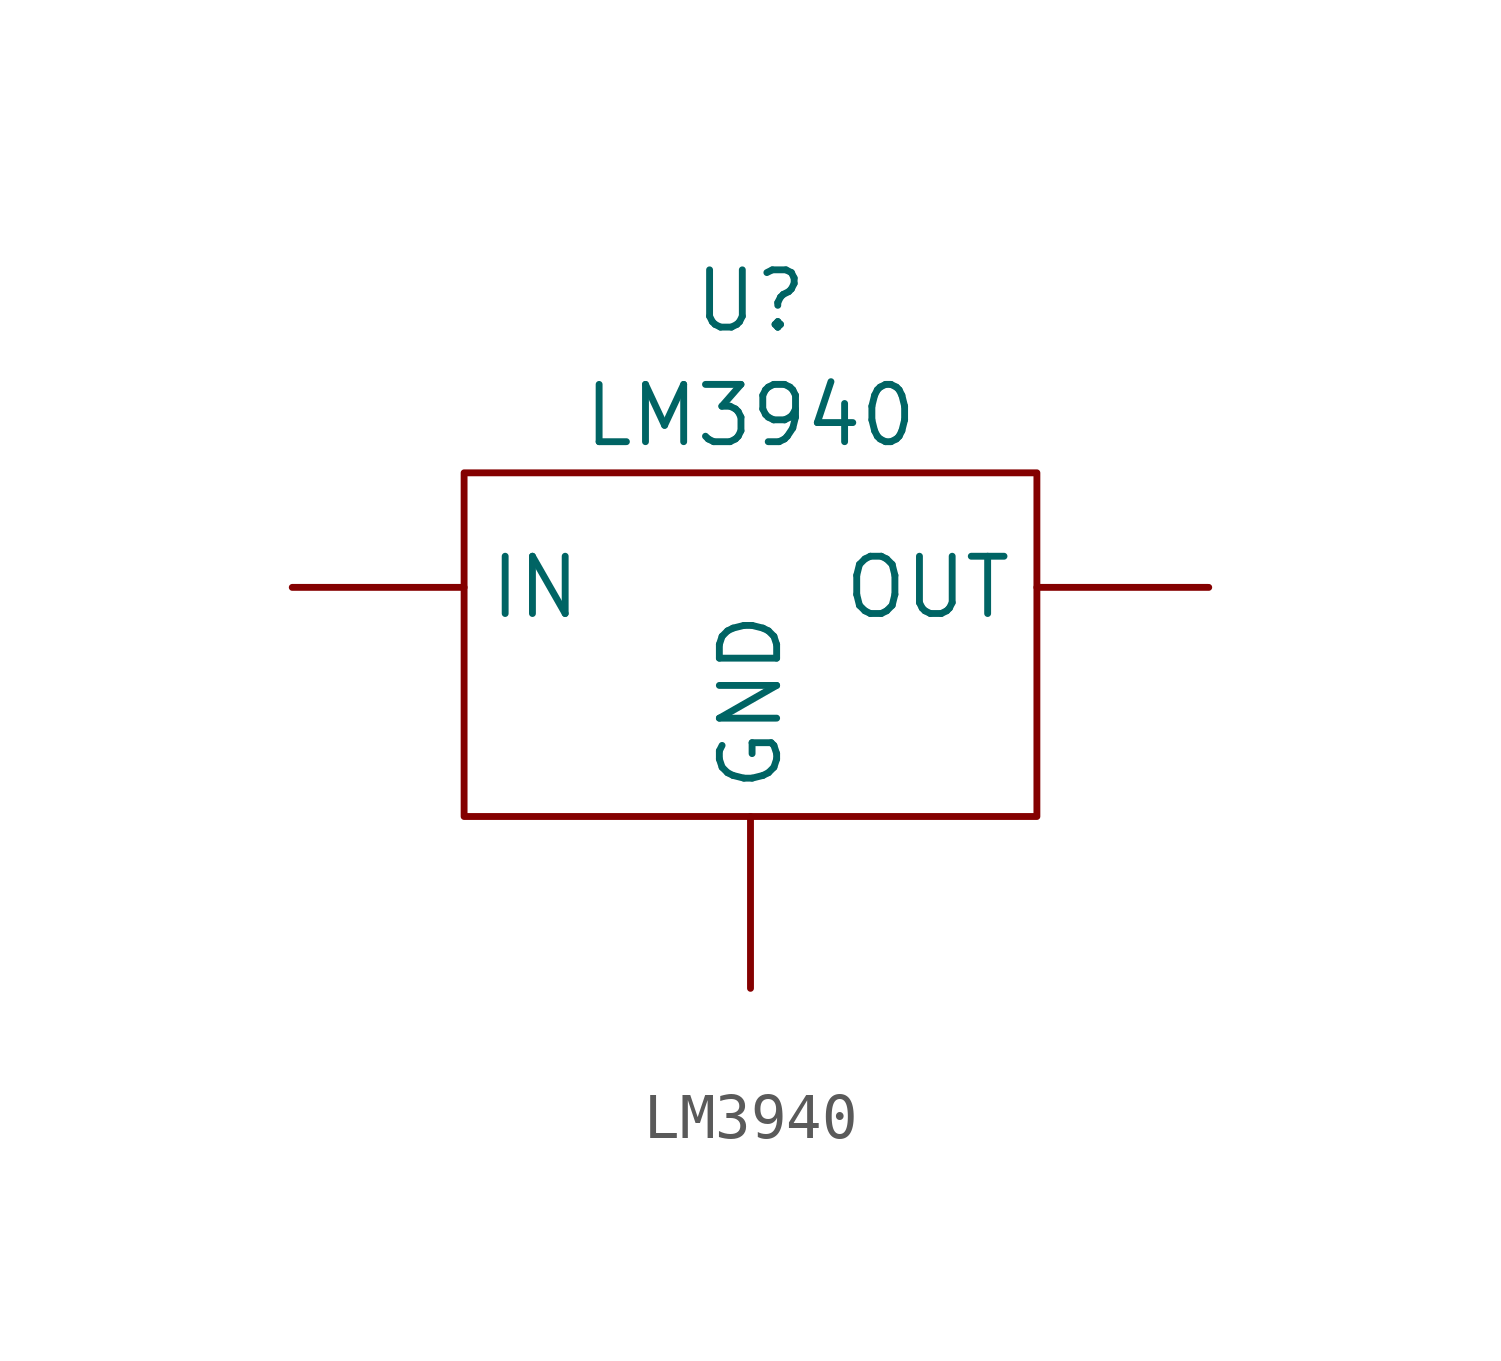
<source format=kicad_sym>
(kicad_symbol_lib
  (version 20211014)
  (generator kicad_symbol_editor)
  (symbol "LM3940"
    (pin_numbers hide)
    (property "Reference" "U"
      (at 0 8.89 0)
      (effects (font (size 1.27 1.27))))
    (property "Value" "LM3940"
      (at 0 6.35 0)
      (effects (font (size 1.27 1.27))))
    (symbol "LM3940_0_1"
      (rectangle (start -6.35 5.08) (end 6.35 -2.54) (stroke (width 0.152) (type default) (color 0 0 0 0)) (fill (type none))))
    (symbol "LM3940_1_1"
      (pin power_in line (at -10.16 2.54 0) (length 3.81) (name "IN" (effects (font (size 1.27 1.27)))) (number "1" (effects (font (size 1.27 1.27)))))
      (pin power_in line (at 0 -6.35 90) (length 3.81) (name "GND" (effects (font (size 1.27 1.27)))) (number "2" (effects (font (size 1.27 1.27)))))
      (pin power_out line (at 10.16 2.54 180) (length 3.81) (name "OUT" (effects (font (size 1.27 1.27)))) (number "3" (effects (font (size 1.27 1.27))))))))
</source>
